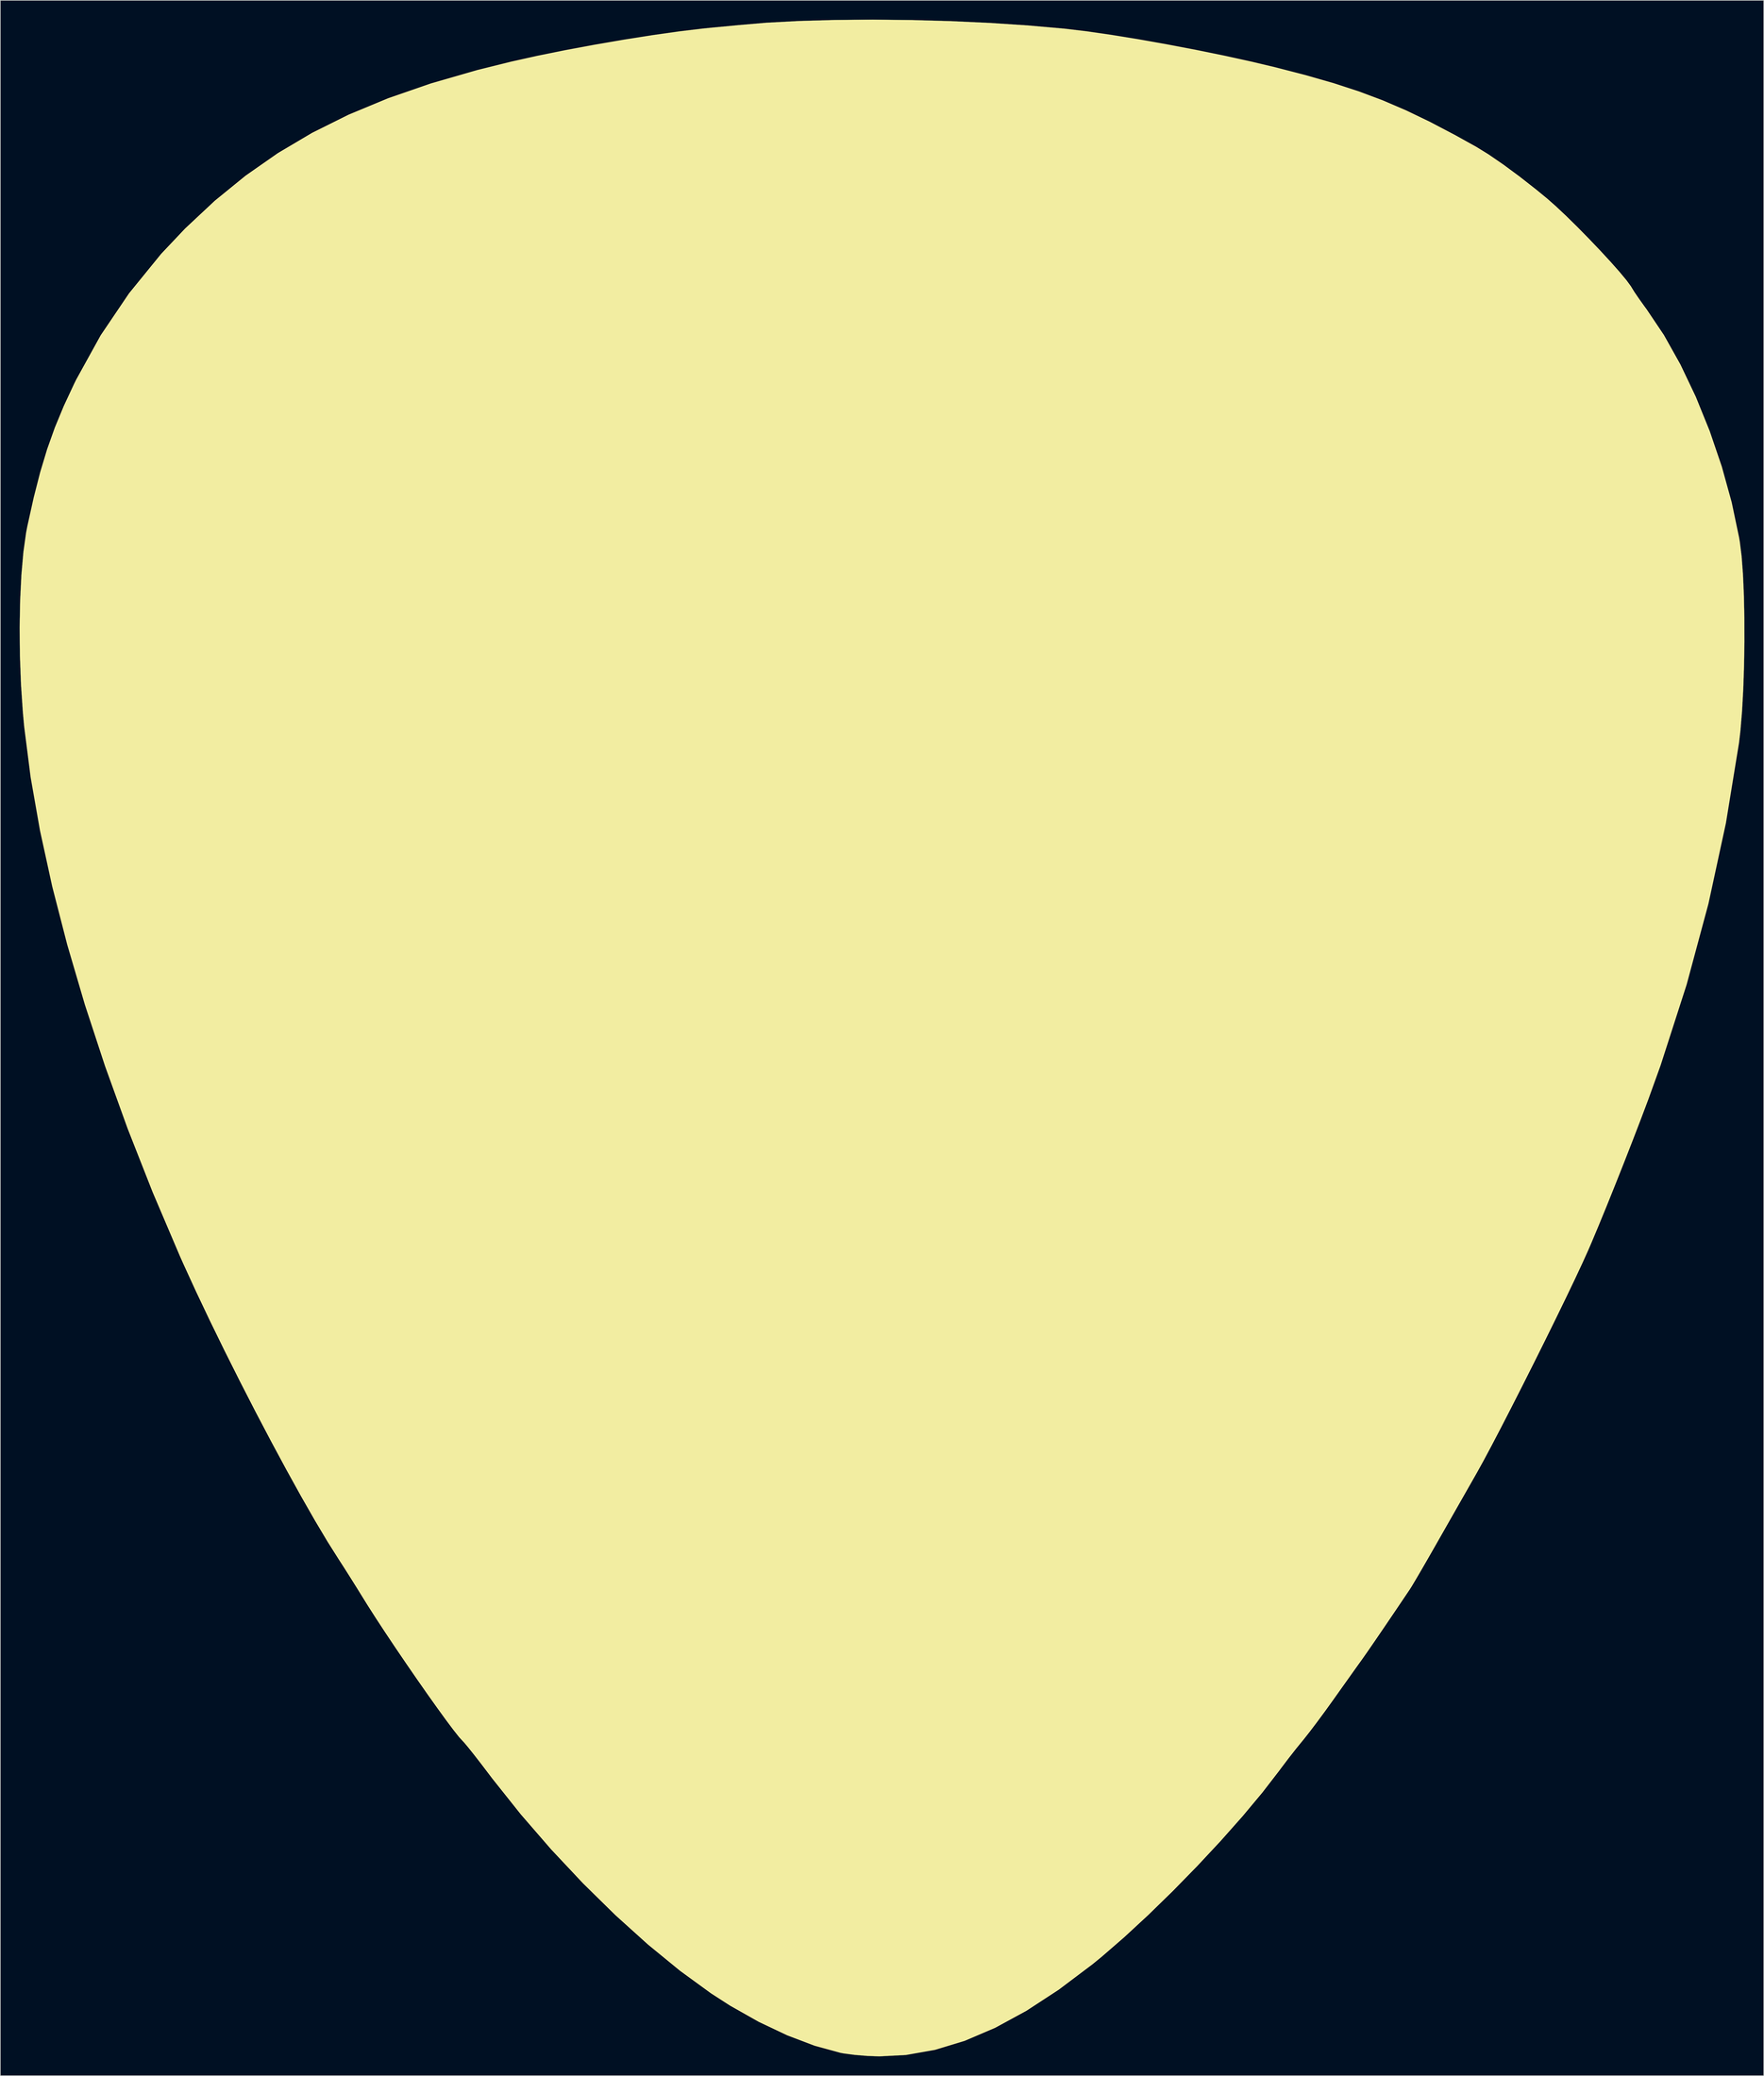
<source format=kicad_pcb>
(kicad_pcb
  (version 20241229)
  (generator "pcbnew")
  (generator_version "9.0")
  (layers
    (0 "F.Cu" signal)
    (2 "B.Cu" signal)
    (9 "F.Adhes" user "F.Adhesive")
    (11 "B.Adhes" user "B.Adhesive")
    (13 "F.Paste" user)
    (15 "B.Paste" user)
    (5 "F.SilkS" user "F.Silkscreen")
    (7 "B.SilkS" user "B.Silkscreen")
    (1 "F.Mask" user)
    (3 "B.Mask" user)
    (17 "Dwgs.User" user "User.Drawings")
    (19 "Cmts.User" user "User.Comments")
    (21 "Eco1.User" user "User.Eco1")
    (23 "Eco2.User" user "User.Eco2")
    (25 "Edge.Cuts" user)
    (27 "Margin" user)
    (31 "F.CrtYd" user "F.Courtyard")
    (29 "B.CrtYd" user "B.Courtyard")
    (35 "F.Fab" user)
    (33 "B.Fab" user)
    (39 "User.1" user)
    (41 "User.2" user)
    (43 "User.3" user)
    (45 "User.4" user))
  (footprint "logo_uc3music"
    (layer "F.Cu")
    (at 134.045 158.052)
    (property "Reference" "logo_uc3music" (at 0 0 0) (layer "F.SilkS") (effects (font (size 1.524 1.524) (thickness 0.3))))
    (attr through_hole)
    (fp_poly (pts (xy 4.57 -157.985) (xy 10.693 -157.814) (xy 16.751 -157.535) (xy 22.618 -157.15) (xy 28.166 -156.66) (xy 28.445 -156.631) (xy 31.722 -156.239) (xy 35.53 -155.689) (xy 39.722 -155.008) (xy 44.149 -154.223) (xy 48.662 -153.363) (xy 53.113 -152.454) (xy 57.352 -151.523) (xy 60.94 -150.671) (xy 65.792 -149.417) (xy 70.1 -148.181) (xy 74.022 -146.902) (xy 77.715 -145.518) (xy 81.336 -143.965) (xy 85.043 -142.183) (xy 88.992 -140.109) (xy 92.251 -138.299) (xy 94.175 -137.114) (xy 96.471 -135.537) (xy 99.003 -133.668) (xy 101.634 -131.605) (xy 103.268 -130.263) (xy 104.631 -129.063) (xy 106.225 -127.563) (xy 107.96 -125.857) (xy 109.746 -124.041) (xy 111.493 -122.208) (xy 113.113 -120.454) (xy 114.514 -118.873) (xy 115.608 -117.559) (xy 116.304 -116.607) (xy 116.419 -116.412) (xy 116.844 -115.726) (xy 117.563 -114.673) (xy 118.442 -113.447) (xy 118.724 -113.065) (xy 121.42 -109.052) (xy 123.989 -104.468) (xy 126.379 -99.446) (xy 128.538 -94.118) (xy 130.412 -88.615) (xy 131.948 -83.068) (xy 133.095 -77.61) (xy 133.214 -76.906) (xy 133.493 -74.668) (xy 133.703 -71.861) (xy 133.845 -68.62) (xy 133.92 -65.078) (xy 133.928 -61.368) (xy 133.869 -57.625) (xy 133.745 -53.983) (xy 133.556 -50.574) (xy 133.302 -47.532) (xy 133.085 -45.685) (xy 131.05 -33.228) (xy 128.333 -20.695) (xy 124.948 -8.137) (xy 120.907 4.396) (xy 118.995 9.701) (xy 117.844 12.756) (xy 116.562 16.088) (xy 115.207 19.555) (xy 113.834 23.014) (xy 112.502 26.322) (xy 111.266 29.335) (xy 110.185 31.912) (xy 109.658 33.134) (xy 108.759 35.125) (xy 107.59 37.624) (xy 106.2 40.526) (xy 104.643 43.727) (xy 102.97 47.125) (xy 101.232 50.615) (xy 99.483 54.093) (xy 97.774 57.456) (xy 96.157 60.6) (xy 94.683 63.421) (xy 93.405 65.815) (xy 92.375 67.678) (xy 92.344 67.733) (xy 90.983 70.122) (xy 89.441 72.828) (xy 87.871 75.585) (xy 86.424 78.125) (xy 85.813 79.199) (xy 84.743 81.068) (xy 83.751 82.784) (xy 82.906 84.229) (xy 82.278 85.284) (xy 81.957 85.797) (xy 79.859 88.91) (xy 78.032 91.606) (xy 76.506 93.842) (xy 75.31 95.578) (xy 74.471 96.77) (xy 74.422 96.838) (xy 73.754 97.769) (xy 72.792 99.119) (xy 71.647 100.727) (xy 70.433 102.435) (xy 70.024 103.011) (xy 68.778 104.743) (xy 67.519 106.448) (xy 66.375 107.958) (xy 65.469 109.107) (xy 65.259 109.361) (xy 64.267 110.579) (xy 63.081 112.094) (xy 61.92 113.627) (xy 61.632 114.018) (xy 59.028 117.39) (xy 55.963 121.06) (xy 52.546 124.913) (xy 48.888 128.833) (xy 45.1 132.707) (xy 41.292 136.42) (xy 37.574 139.857) (xy 34.058 142.904) (xy 32.632 144.069) (xy 27.399 148.009) (xy 22.366 151.295) (xy 17.504 153.94) (xy 12.783 155.956) (xy 8.172 157.357) (xy 3.642 158.155) (xy -0.48 158.368) (xy -2.355 158.299) (xy -4.298 158.138) (xy -5.988 157.916) (xy -6.526 157.815) (xy -10.527 156.718) (xy -14.799 155.094) (xy -19.216 153) (xy -23.656 150.491) (xy -26.635 148.571) (xy -31.446 145.066) (xy -36.423 140.992) (xy -41.474 136.437) (xy -46.51 131.489) (xy -51.442 126.237) (xy -56.18 120.77) (xy -60.634 115.176) (xy -61.146 114.499) (xy -62.358 112.904) (xy -63.465 111.48) (xy -64.378 110.336) (xy -65.012 109.581) (xy -65.228 109.355) (xy -65.771 108.762) (xy -66.643 107.66) (xy -67.789 106.131) (xy -69.151 104.255) (xy -70.674 102.115) (xy -72.299 99.791) (xy -73.971 97.365) (xy -75.633 94.919) (xy -77.228 92.533) (xy -78.7 90.288) (xy -79.992 88.267) (xy -80.555 87.361) (xy -81.636 85.616) (xy -82.75 83.838) (xy -83.761 82.246) (xy -84.477 81.139) (xy -86.205 78.404) (xy -88.167 75.113) (xy -90.317 71.354) (xy -92.606 67.219) (xy -94.988 62.797) (xy -97.416 58.178) (xy -99.842 53.453) (xy -102.22 48.711) (xy -104.501 44.043) (xy -106.64 39.538) (xy -108.589 35.287) (xy -109.143 34.043) (xy -113.375 24.111) (xy -117.256 14.252) (xy -120.773 4.519) (xy -123.909 -5.033) (xy -126.648 -14.35) (xy -128.976 -23.38) (xy -130.876 -32.068) (xy -132.334 -40.36) (xy -133.333 -48.203) (xy -133.536 -50.406) (xy -133.83 -54.753) (xy -133.997 -59.186) (xy -134.04 -63.584) (xy -133.963 -67.822) (xy -133.768 -71.778) (xy -133.458 -75.329) (xy -133.036 -78.352) (xy -132.85 -79.321) (xy -131.855 -83.799) (xy -130.847 -87.74) (xy -129.77 -91.312) (xy -128.569 -94.681) (xy -127.188 -98.015) (xy -125.571 -101.481) (xy -125.252 -102.129) (xy -121.447 -109.015) (xy -117.042 -115.533) (xy -112.056 -121.66) (xy -108.329 -125.603) (xy -103.715 -129.919) (xy -98.934 -133.811) (xy -93.918 -137.314) (xy -88.599 -140.464) (xy -82.91 -143.294) (xy -76.784 -145.839) (xy -70.151 -148.135) (xy -62.945 -150.215) (xy -57.602 -151.542) (xy -53.634 -152.423) (xy -49.299 -153.301) (xy -44.759 -154.147) (xy -40.176 -154.935) (xy -35.714 -155.638) (xy -31.534 -156.228) (xy -27.799 -156.677) (xy -26.282 -156.828) (xy -24.822 -156.963) (xy -23.537 -157.085) (xy -22.669 -157.17) (xy -22.578 -157.18) (xy -18.033 -157.567) (xy -12.919 -157.84) (xy -7.362 -157.999) (xy -1.49 -158.047) (xy 4.57 -157.985)) (stroke (width 0.01) (type solid)) (fill yes) (layer "F.SilkS")))
  (gr_rect
    (start -3 -3)
    (end 270.978 319.426)
    (stroke (width 0.1) (type default))
    (fill no)
    (layer "Edge.Cuts")))
</source>
